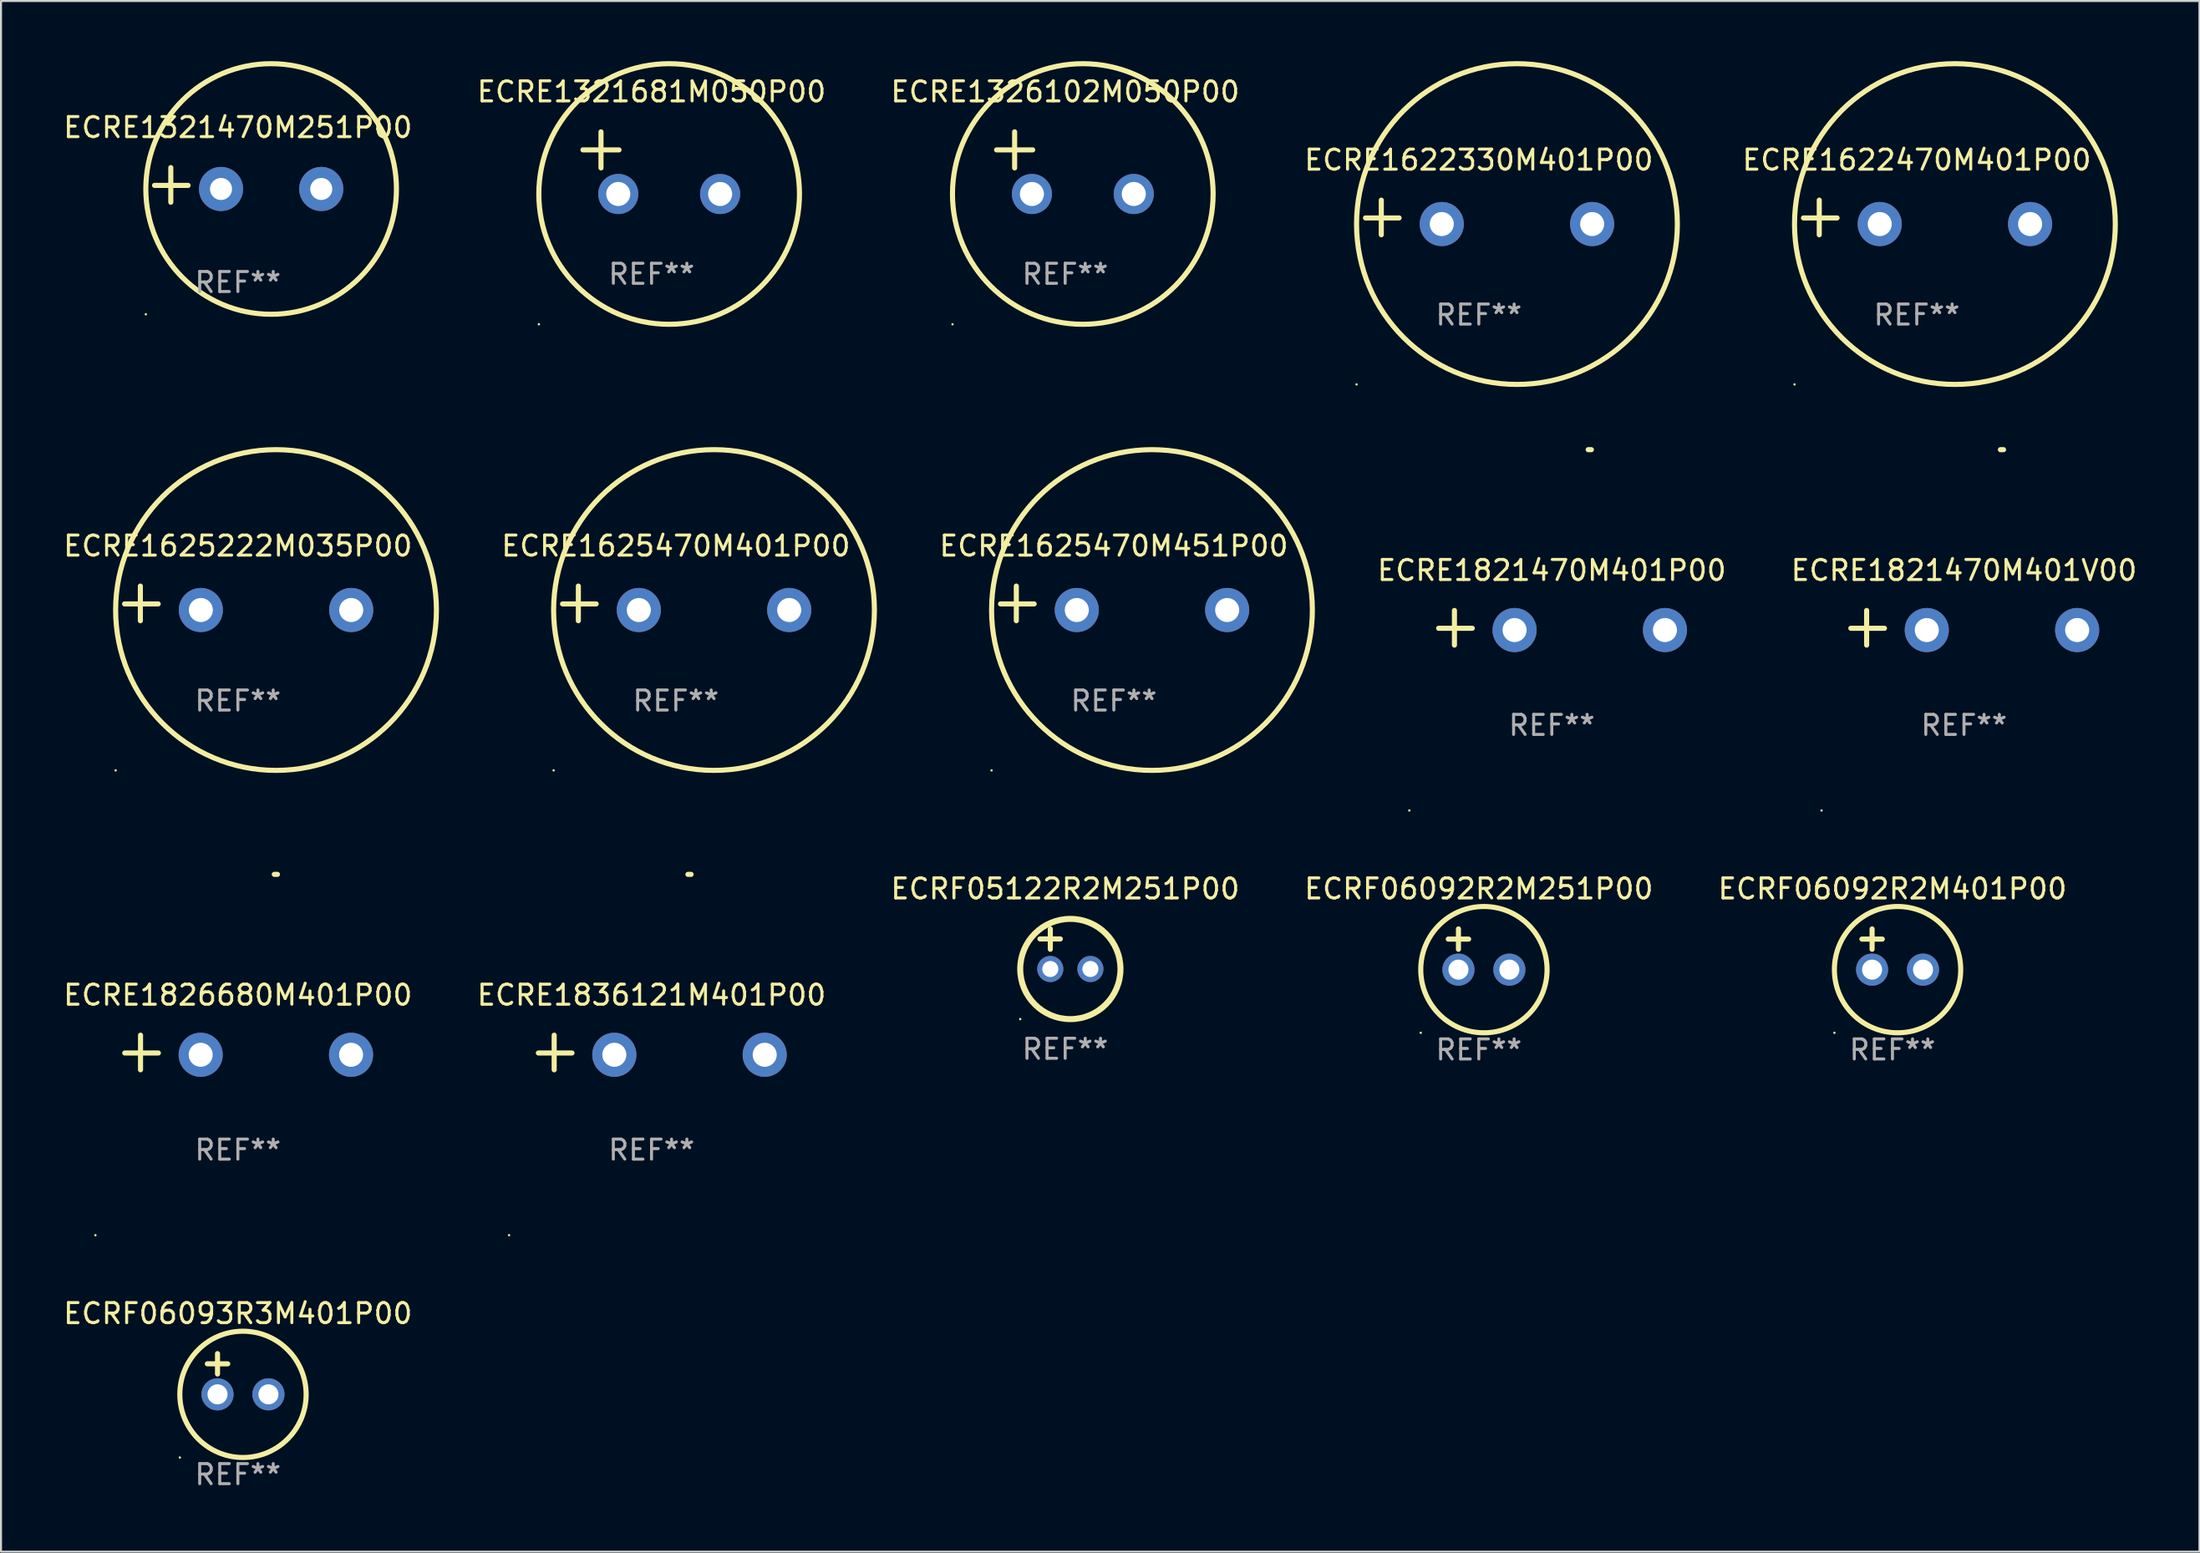
<source format=kicad_pcb>
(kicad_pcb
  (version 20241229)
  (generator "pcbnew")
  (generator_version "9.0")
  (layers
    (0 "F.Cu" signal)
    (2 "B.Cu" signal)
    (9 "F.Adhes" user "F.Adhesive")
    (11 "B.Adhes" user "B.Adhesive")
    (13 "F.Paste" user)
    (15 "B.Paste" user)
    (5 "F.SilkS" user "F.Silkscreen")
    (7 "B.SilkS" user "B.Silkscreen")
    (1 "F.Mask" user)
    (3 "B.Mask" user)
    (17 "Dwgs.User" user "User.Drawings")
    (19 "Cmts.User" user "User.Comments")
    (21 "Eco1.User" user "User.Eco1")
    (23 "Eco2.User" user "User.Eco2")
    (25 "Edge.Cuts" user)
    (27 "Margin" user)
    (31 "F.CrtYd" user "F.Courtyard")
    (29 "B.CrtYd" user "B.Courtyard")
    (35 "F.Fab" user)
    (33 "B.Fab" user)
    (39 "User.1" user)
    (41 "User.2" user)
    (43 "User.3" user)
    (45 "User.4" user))
  (footprint "ECRE1625470M401P00"
    (layer "F.Cu")
    (at 30.66 27.051)
    (property "Reference" "ECRE1625470M401P00" (at 0 -2.864 0) (layer "F.SilkS") (effects (font (size 1 1) (thickness 0.15))))
    (attr through_hole)
    (fp_line (start -4.864 0.864) (end -4.864 -0.864) (stroke (width 0.254) (type solid)) (layer "F.SilkS"))
    (fp_line (start -3.975 0.025) (end -5.652 0.025) (stroke (width 0.254) (type solid)) (layer "F.SilkS"))
    (fp_circle (center -6.098 8.33) (end -6.068 8.33) (stroke (width 0.06) (type solid)) (fill no) (layer "F.SilkS"))
    (fp_circle (center 1.902 0.33) (end 9.902 0.33) (stroke (width 0.254) (type solid)) (fill no) (layer "F.SilkS"))
    (fp_text user "REF**" (at 0 4.864 0) (layer "F.Fab") (effects (font (size 1 1) (thickness 0.15))))
    (pad "1" thru_hole circle (at -1.848 0.33) (size 2.2 2.2) (drill 1.2) (layers "*.Cu" "*.Mask"))
    (pad "2" thru_hole circle (at 5.652 0.33) (size 2.2 2.2) (drill 1.2) (layers "*.Cu" "*.Mask")))
  (footprint "ECRE1625222M035P00"
    (layer "F.Cu")
    (at 8.815 27.051)
    (property "Reference" "ECRE1625222M035P00" (at 0 -2.864 0) (layer "F.SilkS") (effects (font (size 1 1) (thickness 0.15))))
    (attr through_hole)
    (fp_line (start -4.864 0.864) (end -4.864 -0.864) (stroke (width 0.254) (type solid)) (layer "F.SilkS"))
    (fp_line (start -3.975 0.025) (end -5.652 0.025) (stroke (width 0.254) (type solid)) (layer "F.SilkS"))
    (fp_circle (center -6.098 8.33) (end -6.068 8.33) (stroke (width 0.06) (type solid)) (fill no) (layer "F.SilkS"))
    (fp_circle (center 1.902 0.33) (end 9.902 0.33) (stroke (width 0.254) (type solid)) (fill no) (layer "F.SilkS"))
    (fp_text user "REF**" (at 0 4.864 0) (layer "F.Fab") (effects (font (size 1 1) (thickness 0.15))))
    (pad "1" thru_hole circle (at -1.848 0.33) (size 2.2 2.2) (drill 1.2) (layers "*.Cu" "*.Mask"))
    (pad "2" thru_hole circle (at 5.652 0.33) (size 2.2 2.2) (drill 1.2) (layers "*.Cu" "*.Mask")))
  (footprint "ECRF05122R2M251P00"
    (layer "F.Cu")
    (at 50.077 44.289)
    (property "Reference" "ECRF05122R2M251P00" (at 0 -3 0) (layer "F.SilkS") (effects (font (size 1 1) (thickness 0.15))))
    (attr through_hole)
    (fp_line (start -1.258 -0.5) (end -0.242 -0.5) (stroke (width 0.254) (type solid)) (layer "F.SilkS"))
    (fp_line (start -0.742 -1) (end -0.742 0.016) (stroke (width 0.254) (type solid)) (layer "F.SilkS"))
    (fp_circle (center -2.242 3.5) (end -2.212 3.5) (stroke (width 0.06) (type solid)) (fill no) (layer "F.SilkS"))
    (fp_circle (center 0.258 1) (end 2.758 1) (stroke (width 0.3) (type solid)) (fill no) (layer "F.SilkS"))
    (fp_text user "REF**" (at 0 5 0) (layer "F.Fab") (effects (font (size 1 1) (thickness 0.15))))
    (pad "1" thru_hole circle (at -0.742 1) (size 1.3 1.3) (drill 0.8) (layers "*.Cu" "*.Mask"))
    (pad "2" thru_hole circle (at 1.258 1) (size 1.3 1.3) (drill 0.8) (layers "*.Cu" "*.Mask")))
  (footprint "ECRE1321470M251P00"
    (layer "F.Cu")
    (at 8.815 6.174)
    (property "Reference" "ECRE1321470M251P00" (at 0 -2.864 0) (layer "F.SilkS") (effects (font (size 1 1) (thickness 0.15))))
    (attr through_hole)
    (fp_line (start -3.346 0.864) (end -3.346 -0.864) (stroke (width 0.254) (type solid)) (layer "F.SilkS"))
    (fp_line (start -2.482 0.025) (end -4.158 0.025) (stroke (width 0.254) (type solid)) (layer "F.SilkS"))
    (fp_circle (center -4.592 6.453) (end -4.562 6.453) (stroke (width 0.06) (type solid)) (fill no) (layer "F.SilkS"))
    (fp_circle (center 1.658 0.203) (end 7.908 0.203) (stroke (width 0.254) (type solid)) (fill no) (layer "F.SilkS"))
    (fp_text user "REF**" (at 0 4.864 0) (layer "F.Fab") (effects (font (size 1 1) (thickness 0.15))))
    (pad "1" thru_hole circle (at -0.842 0.203) (size 2.2 2.2) (drill 1.1) (layers "*.Cu" "*.Mask"))
    (pad "2" thru_hole circle (at 4.158 0.203) (size 2.2 2.2) (drill 1.1) (layers "*.Cu" "*.Mask")))
  (footprint "ECRE1622330M401P00"
    (layer "F.Cu")
    (at 70.708 7.797)
    (property "Reference" "ECRE1622330M401P00" (at 0 -2.864 0) (layer "F.SilkS") (effects (font (size 1 1) (thickness 0.15))))
    (attr through_hole)
    (fp_line (start -4.864 0.864) (end -4.864 -0.864) (stroke (width 0.254) (type solid)) (layer "F.SilkS"))
    (fp_line (start -3.975 0.025) (end -5.652 0.025) (stroke (width 0.254) (type solid)) (layer "F.SilkS"))
    (fp_circle (center -6.098 8.33) (end -6.068 8.33) (stroke (width 0.06) (type solid)) (fill no) (layer "F.SilkS"))
    (fp_circle (center 1.902 0.33) (end 9.902 0.33) (stroke (width 0.254) (type solid)) (fill no) (layer "F.SilkS"))
    (fp_text user "REF**" (at 0 4.864 0) (layer "F.Fab") (effects (font (size 1 1) (thickness 0.15))))
    (pad "1" thru_hole circle (at -1.848 0.33) (size 2.2 2.2) (drill 1.2) (layers "*.Cu" "*.Mask"))
    (pad "2" thru_hole circle (at 5.652 0.33) (size 2.2 2.2) (drill 1.2) (layers "*.Cu" "*.Mask")))
  (footprint "ECRE1622470M401P00"
    (layer "F.Cu")
    (at 92.552 7.797)
    (property "Reference" "ECRE1622470M401P00" (at 0 -2.864 0) (layer "F.SilkS") (effects (font (size 1 1) (thickness 0.15))))
    (attr through_hole)
    (fp_line (start -4.864 0.864) (end -4.864 -0.864) (stroke (width 0.254) (type solid)) (layer "F.SilkS"))
    (fp_line (start -3.975 0.025) (end -5.652 0.025) (stroke (width 0.254) (type solid)) (layer "F.SilkS"))
    (fp_circle (center -6.098 8.33) (end -6.068 8.33) (stroke (width 0.06) (type solid)) (fill no) (layer "F.SilkS"))
    (fp_circle (center 1.902 0.33) (end 9.902 0.33) (stroke (width 0.254) (type solid)) (fill no) (layer "F.SilkS"))
    (fp_text user "REF**" (at 0 4.864 0) (layer "F.Fab") (effects (font (size 1 1) (thickness 0.15))))
    (pad "1" thru_hole circle (at -1.848 0.33) (size 2.2 2.2) (drill 1.2) (layers "*.Cu" "*.Mask"))
    (pad "2" thru_hole circle (at 5.652 0.33) (size 2.2 2.2) (drill 1.2) (layers "*.Cu" "*.Mask")))
  (footprint "ECRF06092R2M401P00"
    (layer "F.Cu")
    (at 91.339 44.305)
    (property "Reference" "ECRF06092R2M401P00" (at 0 -3.016 0) (layer "F.SilkS") (effects (font (size 1 1) (thickness 0.15))))
    (attr through_hole)
    (fp_line (start -1.524 -0.508) (end -0.508 -0.508) (stroke (width 0.254) (type solid)) (layer "F.SilkS"))
    (fp_line (start -1.016 -1.016) (end -1.016 0) (stroke (width 0.254) (type solid)) (layer "F.SilkS"))
    (fp_circle (center -2.896 4.166) (end -2.866 4.166) (stroke (width 0.06) (type solid)) (fill no) (layer "F.SilkS"))
    (fp_circle (center 0.254 1.016) (end 3.404 1.016) (stroke (width 0.254) (type solid)) (fill no) (layer "F.SilkS"))
    (fp_text user "REF**" (at 0 5.016 0) (layer "F.Fab") (effects (font (size 1 1) (thickness 0.15))))
    (pad "1" thru_hole circle (at -1.016 1.016) (size 1.6 1.6) (drill 1) (layers "*.Cu" "*.Mask"))
    (pad "2" thru_hole circle (at 1.524 1.016) (size 1.6 1.6) (drill 1) (layers "*.Cu" "*.Mask")))
  (footprint "ECRE1321681M050P00"
    (layer "F.Cu")
    (at 29.446 5.077)
    (property "Reference" "ECRE1321681M050P00" (at 0 -3.55 0) (layer "F.SilkS") (effects (font (size 1 1) (thickness 0.15))))
    (attr through_hole)
    (fp_line (start -3.421 -0.65) (end -1.621 -0.65) (stroke (width 0.254) (type solid)) (layer "F.SilkS"))
    (fp_line (start -2.521 -1.55) (end -2.521 0.25) (stroke (width 0.254) (type solid)) (layer "F.SilkS"))
    (fp_circle (center -5.619 8.05) (end -5.589 8.05) (stroke (width 0.06) (type solid)) (fill no) (layer "F.SilkS"))
    (fp_circle (center 0.879 1.55) (end 7.379 1.55) (stroke (width 0.254) (type solid)) (fill no) (layer "F.SilkS"))
    (fp_text user "REF**" (at 0 5.55 0) (layer "F.Fab") (effects (font (size 1 1) (thickness 0.15))))
    (pad "1" thru_hole circle (at -1.659 1.55) (size 2 2) (drill 1.2) (layers "*.Cu" "*.Mask"))
    (pad "2" thru_hole circle (at 3.421 1.55) (size 2 2) (drill 1.2) (layers "*.Cu" "*.Mask")))
  (footprint "ECRE1625470M451P00"
    (layer "F.Cu")
    (at 52.504 27.051)
    (property "Reference" "ECRE1625470M451P00" (at 0 -2.864 0) (layer "F.SilkS") (effects (font (size 1 1) (thickness 0.15))))
    (attr through_hole)
    (fp_line (start -4.864 0.864) (end -4.864 -0.864) (stroke (width 0.254) (type solid)) (layer "F.SilkS"))
    (fp_line (start -3.975 0.025) (end -5.652 0.025) (stroke (width 0.254) (type solid)) (layer "F.SilkS"))
    (fp_circle (center -6.098 8.33) (end -6.068 8.33) (stroke (width 0.06) (type solid)) (fill no) (layer "F.SilkS"))
    (fp_circle (center 1.902 0.33) (end 9.902 0.33) (stroke (width 0.254) (type solid)) (fill no) (layer "F.SilkS"))
    (fp_text user "REF**" (at 0 4.864 0) (layer "F.Fab") (effects (font (size 1 1) (thickness 0.15))))
    (pad "1" thru_hole circle (at -1.848 0.33) (size 2.2 2.2) (drill 1.2) (layers "*.Cu" "*.Mask"))
    (pad "2" thru_hole circle (at 5.652 0.33) (size 2.2 2.2) (drill 1.2) (layers "*.Cu" "*.Mask")))
  (footprint "ECRE1821470M401P00"
    (layer "F.Cu")
    (at 74.348 28.267)
    (property "Reference" "ECRE1821470M401P00" (at 0 -2.864 0) (layer "F.SilkS") (effects (font (size 1 1) (thickness 0.15))))
    (attr through_hole)
    (fp_line (start -4.856 0.864) (end -4.856 -0.864) (stroke (width 0.254) (type solid)) (layer "F.SilkS"))
    (fp_line (start -3.967 0.025) (end -5.644 0.025) (stroke (width 0.254) (type solid)) (layer "F.SilkS"))
    (fp_arc (start 1.815024 -8.885649) (mid 1.893764 -8.88599) (end 1.972504 -8.885649) (stroke (width 0.254001) (type solid)) (layer "F.SilkS"))
    (fp_circle (center -7.106 9.114) (end -7.076 9.114) (stroke (width 0.06) (type solid)) (fill no) (layer "F.SilkS"))
    (fp_text user "REF**" (at 0 4.864 0) (layer "F.Fab") (effects (font (size 1 1) (thickness 0.15))))
    (pad "1" thru_hole circle (at -1.856 0.114) (size 2.2 2.2) (drill 1.2) (layers "*.Cu" "*.Mask"))
    (pad "2" thru_hole circle (at 5.644 0.114) (size 2.2 2.2) (drill 1.2) (layers "*.Cu" "*.Mask")))
  (footprint "ECRF06093R3M401P00"
    (layer "F.Cu")
    (at 8.815 65.492)
    (property "Reference" "ECRF06093R3M401P00" (at 0 -3.016 0) (layer "F.SilkS") (effects (font (size 1 1) (thickness 0.15))))
    (attr through_hole)
    (fp_line (start -1.524 -0.508) (end -0.508 -0.508) (stroke (width 0.254) (type solid)) (layer "F.SilkS"))
    (fp_line (start -1.016 -1.016) (end -1.016 0) (stroke (width 0.254) (type solid)) (layer "F.SilkS"))
    (fp_circle (center -2.896 4.166) (end -2.866 4.166) (stroke (width 0.06) (type solid)) (fill no) (layer "F.SilkS"))
    (fp_circle (center 0.254 1.016) (end 3.404 1.016) (stroke (width 0.254) (type solid)) (fill no) (layer "F.SilkS"))
    (fp_text user "REF**" (at 0 5.016 0) (layer "F.Fab") (effects (font (size 1 1) (thickness 0.15))))
    (pad "1" thru_hole circle (at -1.016 1.016) (size 1.6 1.6) (drill 1) (layers "*.Cu" "*.Mask"))
    (pad "2" thru_hole circle (at 1.524 1.016) (size 1.6 1.6) (drill 1) (layers "*.Cu" "*.Mask")))
  (footprint "ECRE1326102M050P00"
    (layer "F.Cu")
    (at 50.077 5.077)
    (property "Reference" "ECRE1326102M050P00" (at 0 -3.55 0) (layer "F.SilkS") (effects (font (size 1 1) (thickness 0.15))))
    (attr through_hole)
    (fp_line (start -3.421 -0.65) (end -1.621 -0.65) (stroke (width 0.254) (type solid)) (layer "F.SilkS"))
    (fp_line (start -2.521 -1.55) (end -2.521 0.25) (stroke (width 0.254) (type solid)) (layer "F.SilkS"))
    (fp_circle (center -5.619 8.05) (end -5.589 8.05) (stroke (width 0.06) (type solid)) (fill no) (layer "F.SilkS"))
    (fp_circle (center 0.879 1.55) (end 7.379 1.55) (stroke (width 0.254) (type solid)) (fill no) (layer "F.SilkS"))
    (fp_text user "REF**" (at 0 5.55 0) (layer "F.Fab") (effects (font (size 1 1) (thickness 0.15))))
    (pad "1" thru_hole circle (at -1.659 1.55) (size 2 2) (drill 1.2) (layers "*.Cu" "*.Mask"))
    (pad "2" thru_hole circle (at 3.421 1.55) (size 2 2) (drill 1.2) (layers "*.Cu" "*.Mask")))
  (footprint "ECRF06092R2M251P00"
    (layer "F.Cu")
    (at 70.708 44.305)
    (property "Reference" "ECRF06092R2M251P00" (at 0 -3.016 0) (layer "F.SilkS") (effects (font (size 1 1) (thickness 0.15))))
    (attr through_hole)
    (fp_line (start -1.524 -0.508) (end -0.508 -0.508) (stroke (width 0.254) (type solid)) (layer "F.SilkS"))
    (fp_line (start -1.016 -1.016) (end -1.016 0) (stroke (width 0.254) (type solid)) (layer "F.SilkS"))
    (fp_circle (center -2.896 4.166) (end -2.866 4.166) (stroke (width 0.06) (type solid)) (fill no) (layer "F.SilkS"))
    (fp_circle (center 0.254 1.016) (end 3.404 1.016) (stroke (width 0.254) (type solid)) (fill no) (layer "F.SilkS"))
    (fp_text user "REF**" (at 0 5.016 0) (layer "F.Fab") (effects (font (size 1 1) (thickness 0.15))))
    (pad "1" thru_hole circle (at -1.016 1.016) (size 1.6 1.6) (drill 1) (layers "*.Cu" "*.Mask"))
    (pad "2" thru_hole circle (at 1.524 1.016) (size 1.6 1.6) (drill 1) (layers "*.Cu" "*.Mask")))
  (footprint "ECRE1836121M401P00"
    (layer "F.Cu")
    (at 29.446 49.454)
    (property "Reference" "ECRE1836121M401P00" (at 0 -2.864 0) (layer "F.SilkS") (effects (font (size 1 1) (thickness 0.15))))
    (attr through_hole)
    (fp_line (start -4.856 0.864) (end -4.856 -0.864) (stroke (width 0.254) (type solid)) (layer "F.SilkS"))
    (fp_line (start -3.967 0.025) (end -5.644 0.025) (stroke (width 0.254) (type solid)) (layer "F.SilkS"))
    (fp_arc (start 1.815024 -8.885649) (mid 1.893764 -8.88599) (end 1.972504 -8.885649) (stroke (width 0.254001) (type solid)) (layer "F.SilkS"))
    (fp_circle (center -7.106 9.114) (end -7.076 9.114) (stroke (width 0.06) (type solid)) (fill no) (layer "F.SilkS"))
    (fp_text user "REF**" (at 0 4.864 0) (layer "F.Fab") (effects (font (size 1 1) (thickness 0.15))))
    (pad "1" thru_hole circle (at -1.856 0.114) (size 2.2 2.2) (drill 1.2) (layers "*.Cu" "*.Mask"))
    (pad "2" thru_hole circle (at 5.644 0.114) (size 2.2 2.2) (drill 1.2) (layers "*.Cu" "*.Mask")))
  (footprint "ECRE1821470M401V00"
    (layer "F.Cu")
    (at 94.907 28.267)
    (property "Reference" "ECRE1821470M401V00" (at 0 -2.864 0) (layer "F.SilkS") (effects (font (size 1 1) (thickness 0.15))))
    (attr through_hole)
    (fp_line (start -4.856 0.864) (end -4.856 -0.864) (stroke (width 0.254) (type solid)) (layer "F.SilkS"))
    (fp_line (start -3.967 0.025) (end -5.644 0.025) (stroke (width 0.254) (type solid)) (layer "F.SilkS"))
    (fp_arc (start 1.815024 -8.885649) (mid 1.893764 -8.88599) (end 1.972504 -8.885649) (stroke (width 0.254001) (type solid)) (layer "F.SilkS"))
    (fp_circle (center -7.106 9.114) (end -7.076 9.114) (stroke (width 0.06) (type solid)) (fill no) (layer "F.SilkS"))
    (fp_text user "REF**" (at 0 4.864 0) (layer "F.Fab") (effects (font (size 1 1) (thickness 0.15))))
    (pad "1" thru_hole circle (at -1.856 0.114) (size 2.2 2.2) (drill 1.2) (layers "*.Cu" "*.Mask"))
    (pad "2" thru_hole circle (at 5.644 0.114) (size 2.2 2.2) (drill 1.2) (layers "*.Cu" "*.Mask")))
  (footprint "ECRE1826680M401P00"
    (layer "F.Cu")
    (at 8.815 49.454)
    (property "Reference" "ECRE1826680M401P00" (at 0 -2.864 0) (layer "F.SilkS") (effects (font (size 1 1) (thickness 0.15))))
    (attr through_hole)
    (fp_line (start -4.856 0.864) (end -4.856 -0.864) (stroke (width 0.254) (type solid)) (layer "F.SilkS"))
    (fp_line (start -3.967 0.025) (end -5.644 0.025) (stroke (width 0.254) (type solid)) (layer "F.SilkS"))
    (fp_arc (start 1.815024 -8.885649) (mid 1.893764 -8.88599) (end 1.972504 -8.885649) (stroke (width 0.254001) (type solid)) (layer "F.SilkS"))
    (fp_circle (center -7.106 9.114) (end -7.076 9.114) (stroke (width 0.06) (type solid)) (fill no) (layer "F.SilkS"))
    (fp_text user "REF**" (at 0 4.864 0) (layer "F.Fab") (effects (font (size 1 1) (thickness 0.15))))
    (pad "1" thru_hole circle (at -1.856 0.114) (size 2.2 2.2) (drill 1.2) (layers "*.Cu" "*.Mask"))
    (pad "2" thru_hole circle (at 5.644 0.114) (size 2.2 2.2) (drill 1.2) (layers "*.Cu" "*.Mask")))
  (gr_rect
    (start -3 -3)
    (end 106.651 74.356)
    (stroke (width 0.1) (type default))
    (fill no)
    (layer "Edge.Cuts")))
</source>
